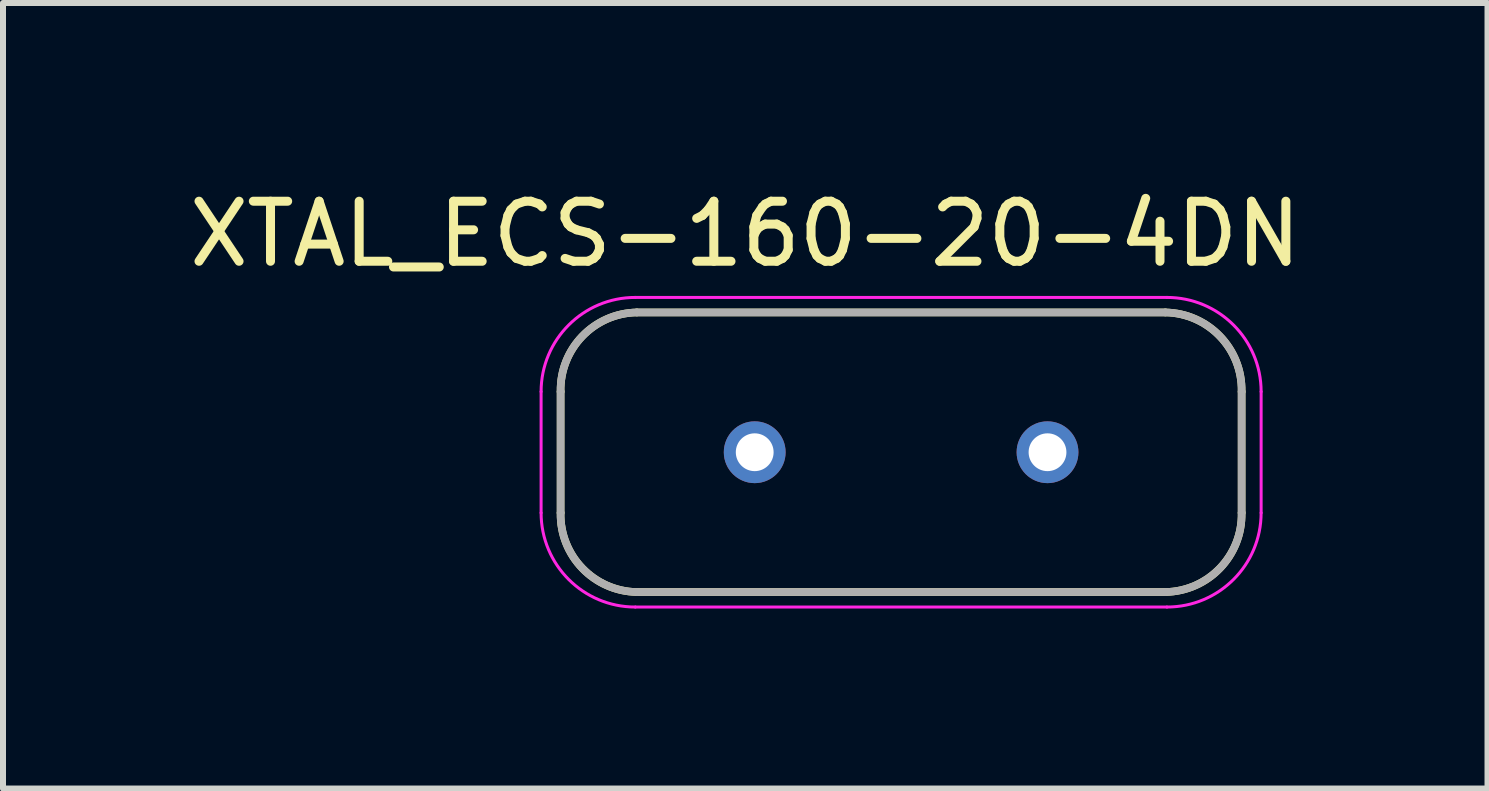
<source format=kicad_pcb>
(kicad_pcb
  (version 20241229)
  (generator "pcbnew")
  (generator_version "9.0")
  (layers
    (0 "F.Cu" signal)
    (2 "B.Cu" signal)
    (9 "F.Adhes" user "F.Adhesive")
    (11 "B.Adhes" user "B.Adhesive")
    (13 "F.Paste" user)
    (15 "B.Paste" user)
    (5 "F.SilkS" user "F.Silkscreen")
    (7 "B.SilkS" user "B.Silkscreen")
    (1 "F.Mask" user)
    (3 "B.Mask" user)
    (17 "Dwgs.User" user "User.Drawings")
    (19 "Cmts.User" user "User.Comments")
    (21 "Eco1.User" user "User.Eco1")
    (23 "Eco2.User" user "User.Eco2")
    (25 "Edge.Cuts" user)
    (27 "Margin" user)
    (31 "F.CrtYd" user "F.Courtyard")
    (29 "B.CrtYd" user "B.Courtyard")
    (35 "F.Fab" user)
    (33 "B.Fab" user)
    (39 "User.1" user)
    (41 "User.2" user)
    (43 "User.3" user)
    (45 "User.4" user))
  (footprint "XTAL_ECS-160-20-4DN"
    (layer "F.Cu")
    (at 11.968 4.487)
    (property "Reference" "XTAL_ECS-160-20-4DN" (at -2.597 -3.638 0) (layer "F.SilkS") (effects (font (size 1.001 1.001) (thickness 0.15))))
    (attr through_hole)
    (fp_line (start -5.675 1.01) (end -5.675 -1.01) (stroke (width 0.127) (type solid)) (layer "F.SilkS"))
    (fp_line (start -4.405 -2.33) (end 4.405 -2.33) (stroke (width 0.127) (type solid)) (layer "F.SilkS"))
    (fp_line (start 4.405 2.33) (end -4.405 2.33) (stroke (width 0.127) (type solid)) (layer "F.SilkS"))
    (fp_line (start 5.675 -1.01) (end 5.675 1.01) (stroke (width 0.127) (type solid)) (layer "F.SilkS"))
    (fp_arc (start -5.675 -1.01) (mid -5.313381 -1.933026) (end -4.405 -2.33) (stroke (width 0.127) (type solid)) (layer "F.SilkS"))
    (fp_arc (start -4.405 2.33) (mid -5.313381 1.933026) (end -5.675 1.01) (stroke (width 0.127) (type solid)) (layer "F.SilkS"))
    (fp_arc (start 4.405 -2.33) (mid 5.313381 -1.933026) (end 5.675 -1.01) (stroke (width 0.127) (type solid)) (layer "F.SilkS"))
    (fp_arc (start 5.675 1.01) (mid 5.313381 1.933026) (end 4.405 2.33) (stroke (width 0.127) (type solid)) (layer "F.SilkS"))
    (fp_line (start -6 1.01) (end -6 -1.01) (stroke (width 0.05) (type solid)) (layer "F.CrtYd"))
    (fp_line (start -4.43 -2.58) (end 4.43 -2.58) (stroke (width 0.05) (type solid)) (layer "F.CrtYd"))
    (fp_line (start 4.43 2.58) (end -4.43 2.58) (stroke (width 0.05) (type solid)) (layer "F.CrtYd"))
    (fp_line (start 6 -1.01) (end 6 1.01) (stroke (width 0.05) (type solid)) (layer "F.CrtYd"))
    (fp_arc (start -6 -1.01) (mid -5.540158 -2.120158) (end -4.43 -2.58) (stroke (width 0.05) (type solid)) (layer "F.CrtYd"))
    (fp_arc (start -4.43 2.58) (mid -5.540158 2.120158) (end -6 1.01) (stroke (width 0.05) (type solid)) (layer "F.CrtYd"))
    (fp_arc (start 4.43 -2.58) (mid 5.540158 -2.120158) (end 6 -1.01) (stroke (width 0.05) (type solid)) (layer "F.CrtYd"))
    (fp_arc (start 6 1.01) (mid 5.540158 2.120158) (end 4.43 2.58) (stroke (width 0.05) (type solid)) (layer "F.CrtYd"))
    (fp_line (start -5.675 1.01) (end -5.675 -1.01) (stroke (width 0.127) (type solid)) (layer "F.Fab"))
    (fp_line (start -4.405 -2.33) (end 4.405 -2.33) (stroke (width 0.127) (type solid)) (layer "F.Fab"))
    (fp_line (start 4.405 2.33) (end -4.405 2.33) (stroke (width 0.127) (type solid)) (layer "F.Fab"))
    (fp_line (start 5.675 -1.01) (end 5.675 1.01) (stroke (width 0.127) (type solid)) (layer "F.Fab"))
    (fp_arc (start -5.675 -1.01) (mid -5.313381 -1.933026) (end -4.405 -2.33) (stroke (width 0.127) (type solid)) (layer "F.Fab"))
    (fp_arc (start -4.405 2.33) (mid -5.313381 1.933026) (end -5.675 1.01) (stroke (width 0.127) (type solid)) (layer "F.Fab"))
    (fp_arc (start 4.405 -2.33) (mid 5.313381 -1.933026) (end 5.675 -1.01) (stroke (width 0.127) (type solid)) (layer "F.Fab"))
    (fp_arc (start 5.675 1.01) (mid 5.313381 1.933026) (end 4.405 2.33) (stroke (width 0.127) (type solid)) (layer "F.Fab"))
    (pad "1" thru_hole circle (at -2.44 0) (size 1.03 1.03) (drill 0.63) (layers "*.Cu" "*.Mask"))
    (pad "2" thru_hole circle (at 2.44 0) (size 1.03 1.03) (drill 0.63) (layers "*.Cu" "*.Mask")))
  (gr_rect
    (start -3 -3)
    (end 21.741 10.092)
    (stroke (width 0.1) (type default))
    (fill no)
    (layer "Edge.Cuts")))
</source>
